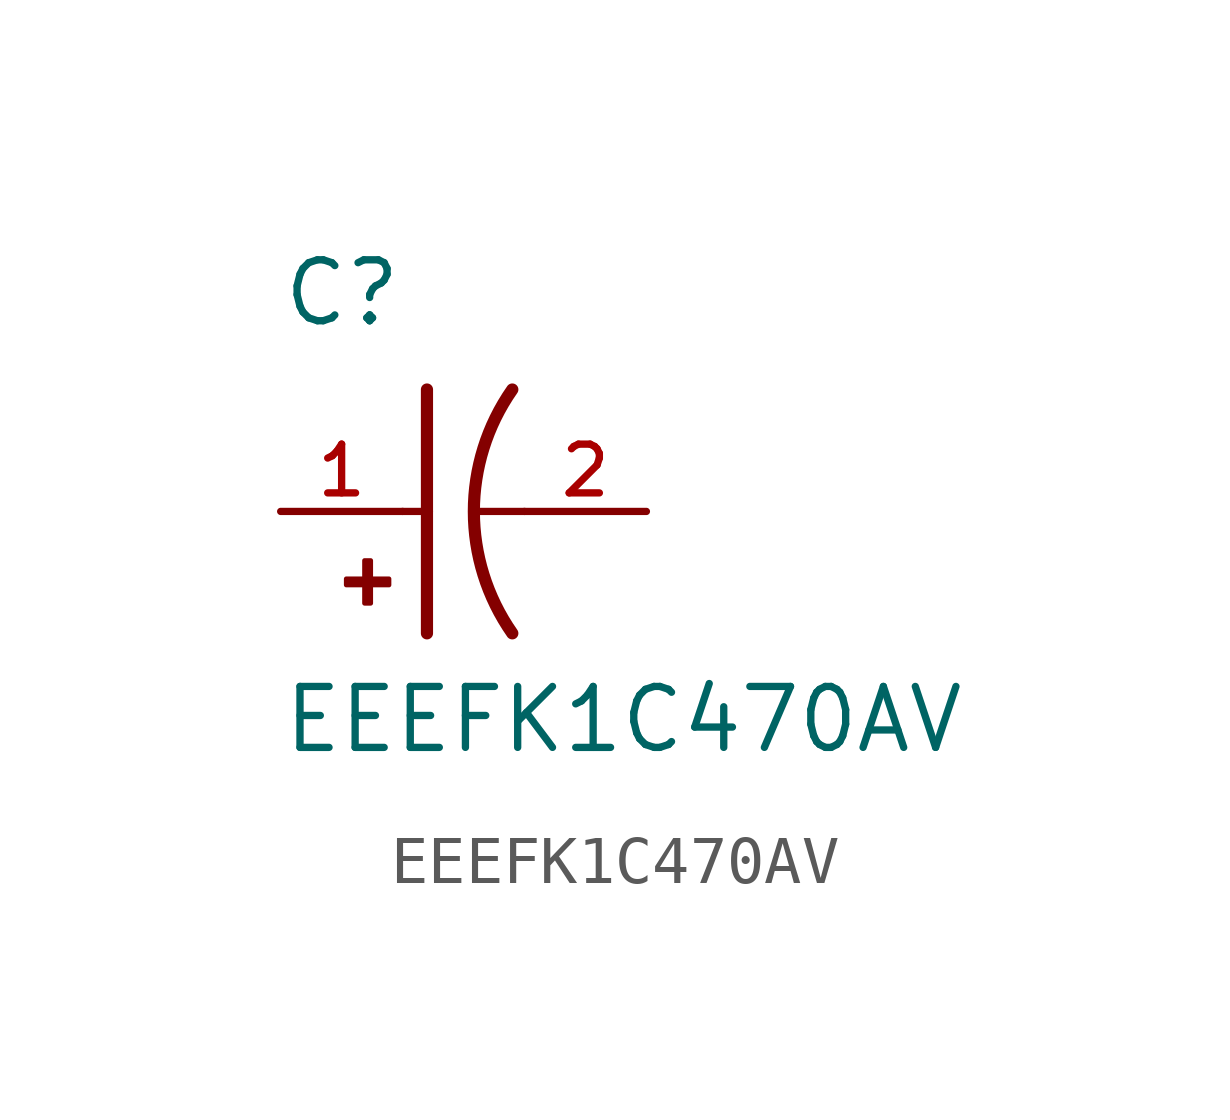
<source format=kicad_sym>
(kicad_symbol_lib
  (version 20211014)
  (generator kicad_symbol_editor)
  (symbol "EEEFK1C470AV"
    (pin_names
      (offset 1.016))
    (property "Reference" "C"
      (at -2.54 3.81 0)
      (effects (font (size 1.27 1.27)) (justify bottom left)))
    (property "Value" "EEEFK1C470AV"
      (at -2.54 -5.08 0)
      (effects (font (size 1.27 1.27)) (justify bottom left)))
    (symbol "EEEFK1C470AV_0_0"
      (arc (start 2.286 -2.54) (mid 1.4851 -0.0) (end 2.286 2.54) (stroke (width 0.254) (type default) (color 0 0 0 0)) (fill (type none)))
      (polyline (pts (xy 0.508 2.54) (xy 0.508 0.0)) (stroke (width 0.254)))
      (rectangle (start -1.173 -1.532) (end -0.284 -1.405) (stroke (width 0.1)) (fill (type outline)))
      (rectangle (start -0.792 -1.913) (end -0.665 -1.024) (stroke (width 0.1)) (fill (type outline)))
      (polyline (pts (xy 0.508 0.0) (xy 0.508 -2.54)) (stroke (width 0.254)))
      (polyline (pts (xy 0.0 0.0) (xy 0.508 0.0)) (stroke (width 0.152)))
      (polyline (pts (xy 2.54 0.0) (xy 1.524 0.0)) (stroke (width 0.152)))
      (pin passive line (at -2.54 0.0 0) (length 2.54) (name "~" (effects (font (size 1.016 1.016)))) (number "1" (effects (font (size 1.016 1.016)))))
      (pin passive line (at 5.08 0.0 180.0) (length 2.54) (name "~" (effects (font (size 1.016 1.016)))) (number "2" (effects (font (size 1.016 1.016))))))))
</source>
